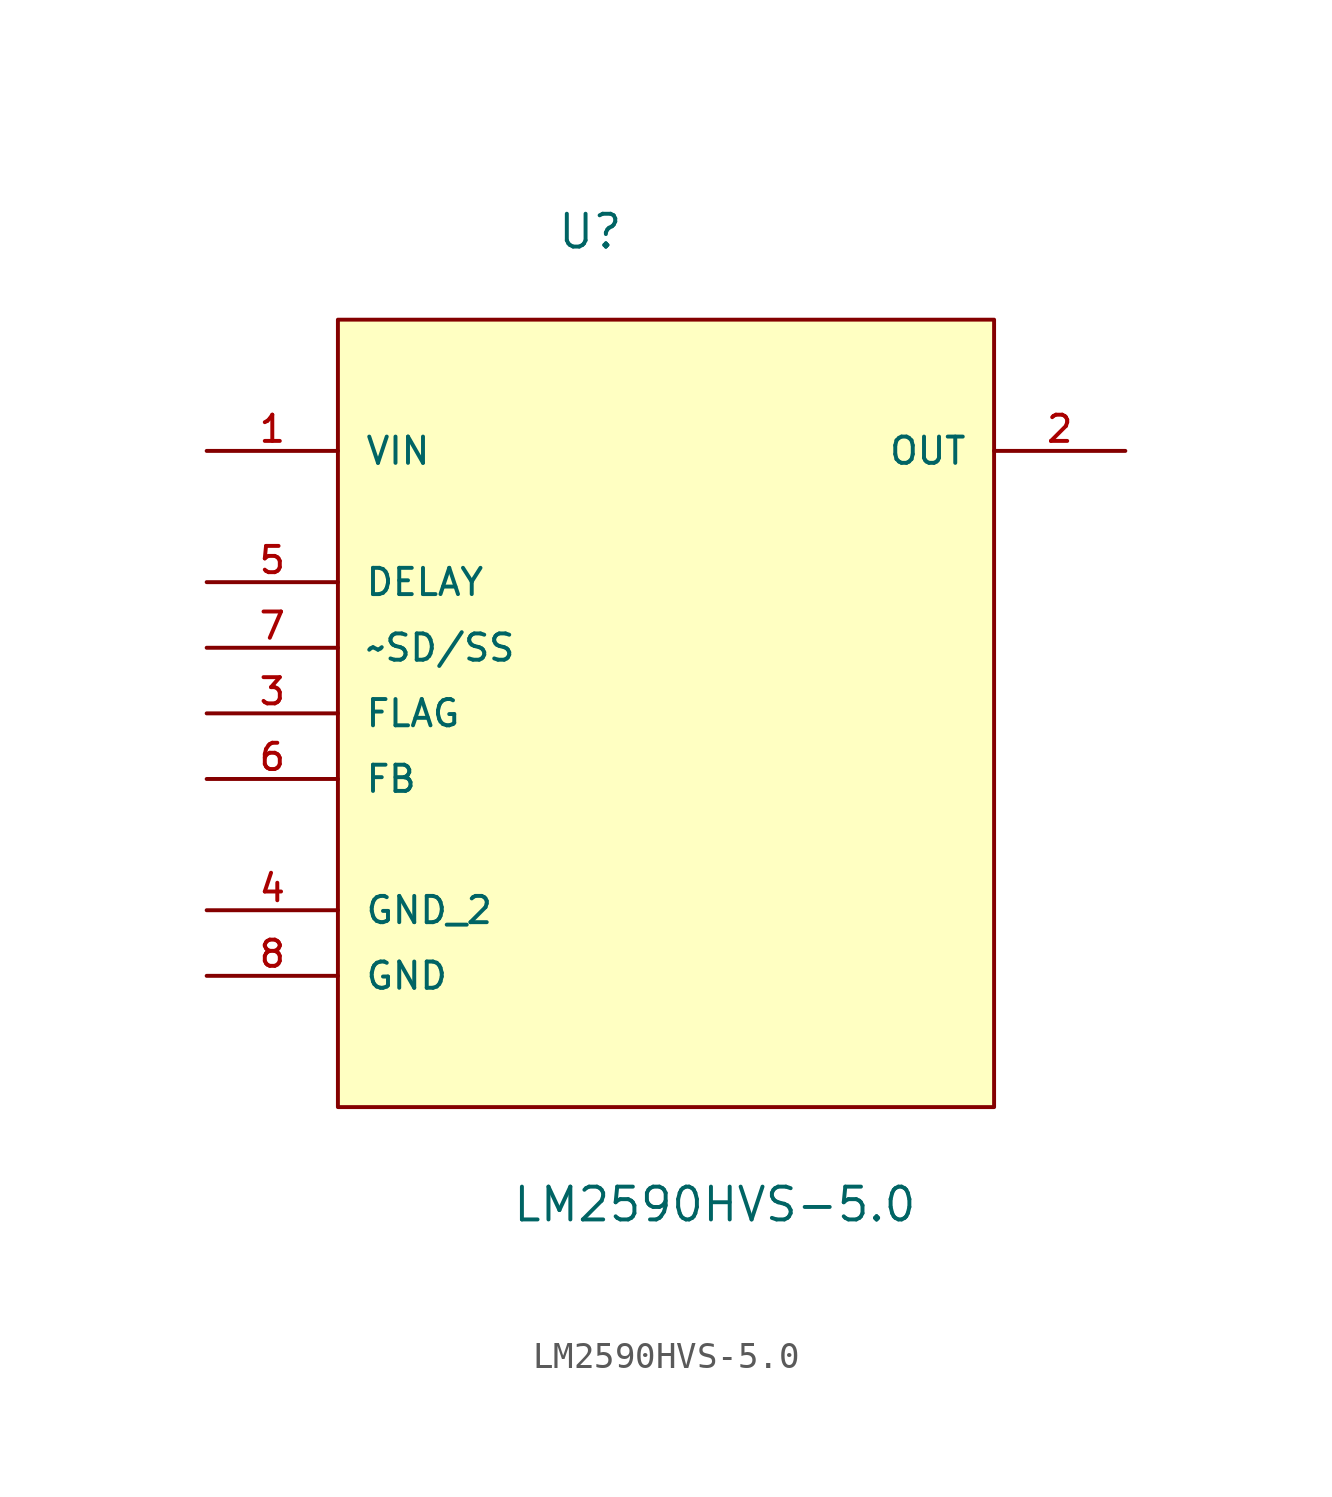
<source format=kicad_sym>
(kicad_symbol_lib
  (version 20211014)
  (generator kicad_symbol_editor)
  (symbol "LM2590HVS-5.0"
    (pin_names
      (offset 1.016))
    (property "Reference" "U"
      (at -4.242 15.367 0.0)
      (effects (font (size 1.27 1.27)) (justify bottom left)))
    (property "Value" "LM2590HVS-5.0"
      (at -5.98 -22.293 0.0)
      (effects (font (size 1.27 1.27)) (justify bottom left)))
    (symbol "LM2590HVS-5.0_0_0"
      (rectangle (start -12.7 -17.78) (end 12.7 12.7) (stroke (width 0.152)) (fill (type background)))
      (pin input line (at -17.78 7.62 0) (length 5.08) (name "VIN" (effects (font (size 1.016 1.016)))) (number "1" (effects (font (size 1.016 1.016)))))
      (pin input line (at -17.78 2.54 0) (length 5.08) (name "DELAY" (effects (font (size 1.016 1.016)))) (number "5" (effects (font (size 1.016 1.016)))))
      (pin input line (at -17.78 0.0 0) (length 5.08) (name "~SD/SS" (effects (font (size 1.016 1.016)))) (number "7" (effects (font (size 1.016 1.016)))))
      (pin input line (at -17.78 -2.54 0) (length 5.08) (name "FLAG" (effects (font (size 1.016 1.016)))) (number "3" (effects (font (size 1.016 1.016)))))
      (pin input line (at -17.78 -5.08 0) (length 5.08) (name "FB" (effects (font (size 1.016 1.016)))) (number "6" (effects (font (size 1.016 1.016)))))
      (pin passive line (at -17.78 -10.16 0) (length 5.08) (name "GND_2" (effects (font (size 1.016 1.016)))) (number "4" (effects (font (size 1.016 1.016)))))
      (pin passive line (at -17.78 -12.7 0) (length 5.08) (name "GND" (effects (font (size 1.016 1.016)))) (number "8" (effects (font (size 1.016 1.016)))))
      (pin output line (at 17.78 7.62 180.0) (length 5.08) (name "OUT" (effects (font (size 1.016 1.016)))) (number "2" (effects (font (size 1.016 1.016))))))))
</source>
